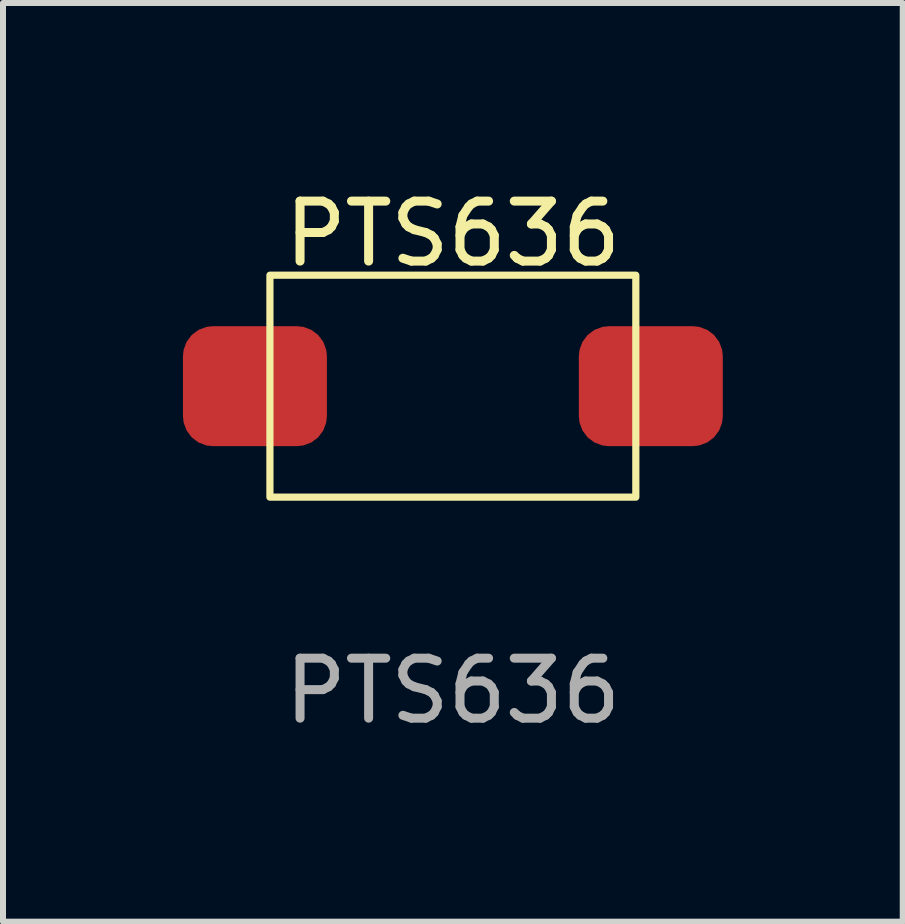
<source format=kicad_pcb>
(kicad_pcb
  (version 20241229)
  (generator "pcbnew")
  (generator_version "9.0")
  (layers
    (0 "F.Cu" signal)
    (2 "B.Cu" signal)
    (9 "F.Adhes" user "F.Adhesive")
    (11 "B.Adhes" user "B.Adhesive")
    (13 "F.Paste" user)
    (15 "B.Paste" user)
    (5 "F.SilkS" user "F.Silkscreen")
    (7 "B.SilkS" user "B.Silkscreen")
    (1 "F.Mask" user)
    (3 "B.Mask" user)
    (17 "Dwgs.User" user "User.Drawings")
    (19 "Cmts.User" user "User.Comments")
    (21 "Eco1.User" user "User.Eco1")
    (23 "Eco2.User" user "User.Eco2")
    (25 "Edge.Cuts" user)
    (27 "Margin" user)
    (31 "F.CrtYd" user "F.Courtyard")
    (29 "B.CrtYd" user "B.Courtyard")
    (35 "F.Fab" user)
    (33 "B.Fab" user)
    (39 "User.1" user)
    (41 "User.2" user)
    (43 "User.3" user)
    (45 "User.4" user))
  (footprint "PTS636"
    (layer "F.Cu")
    (at 4.5 3.388)
    (property "Reference" "PTS636" (at 0 -2.54 0) (unlocked yes) (layer "F.SilkS") (effects (font (size 1 1) (thickness 0.15))))
    (attr smd)
    (fp_rect (start -3.05 -1.85) (end 3.05 1.85) (stroke (width 0.12) (type solid)) (fill no) (layer "F.SilkS"))
    (fp_text user "${REFERENCE}" (at 0 5.08 0) (unlocked yes) (layer "F.Fab") (effects (font (size 1 1) (thickness 0.15))))
    (pad "1" smd roundrect (at 3.3 0) (size 2.4 2) (layers "F.Cu" "F.Mask" "F.Paste") (roundrect_rratio 0.25))
    (pad "2" smd roundrect (at -3.3 0) (size 2.4 2) (layers "F.Cu" "F.Mask" "F.Paste") (roundrect_rratio 0.25)))
  (gr_rect
    (start -3 -3)
    (end 12 12.316)
    (stroke (width 0.1) (type default))
    (fill no)
    (layer "Edge.Cuts")))
</source>
